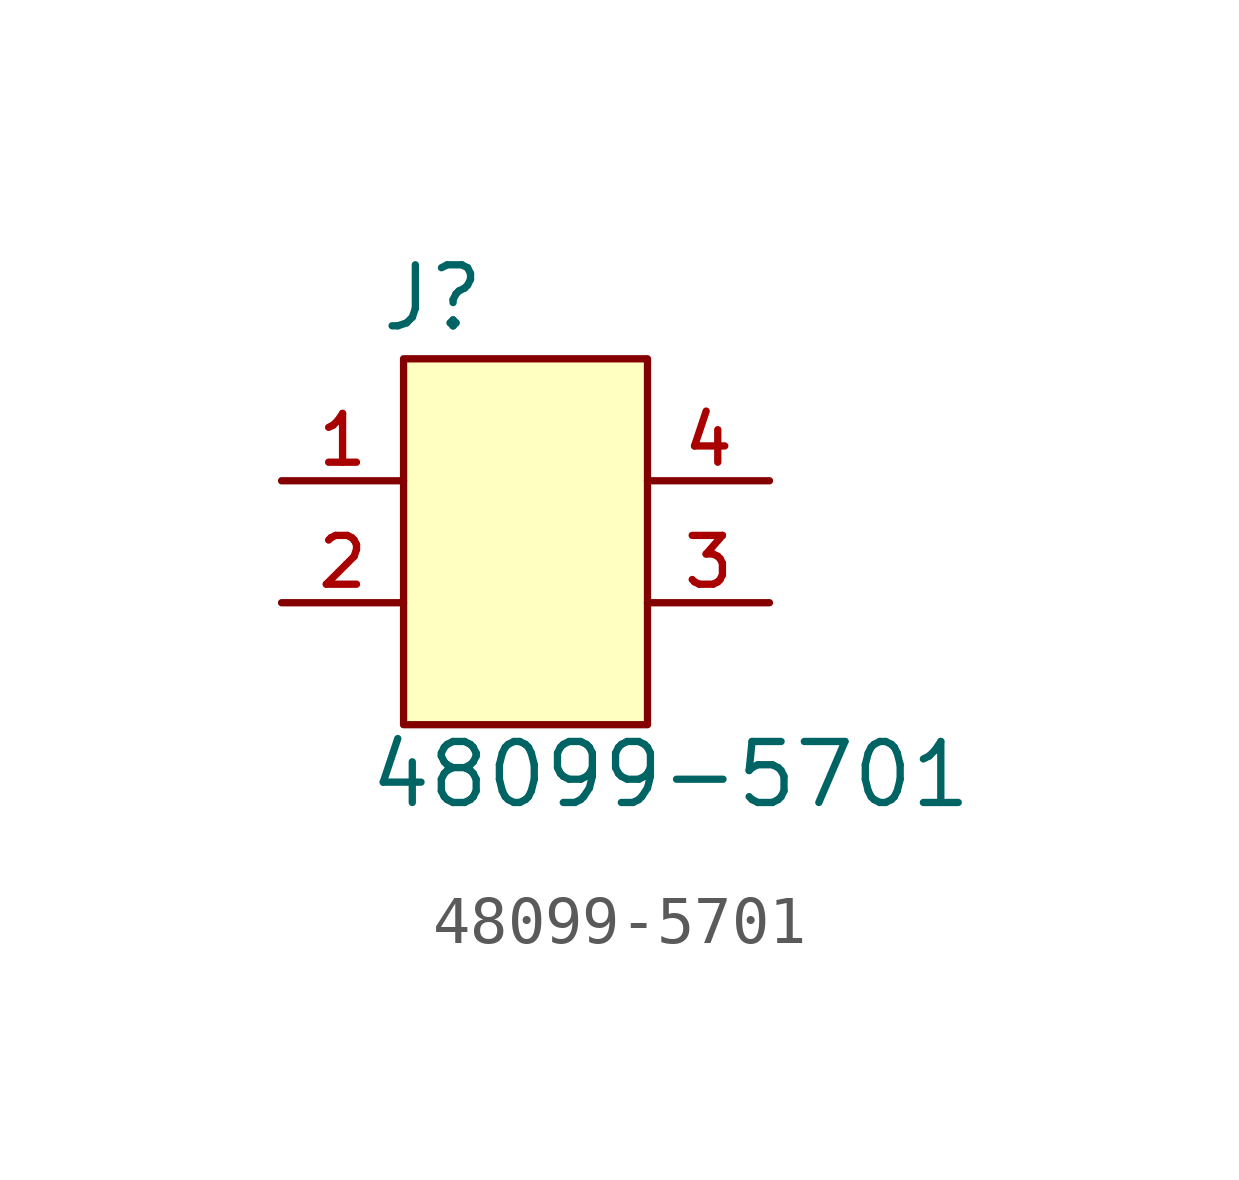
<source format=kicad_sym>
(kicad_symbol_lib
  (version 20211014)
  (generator kicad_symbol_editor)
  (symbol "48099-5701"
    (pin_names
      (offset 1.016))
    (property "Reference" "J"
      (at -3.06 4.334 0)
      (effects (font (size 1.27 1.27)) (justify bottom left)))
    (property "Value" "48099-5701"
      (at -3.305 -5.593 0)
      (effects (font (size 1.27 1.27)) (justify bottom left)))
    (symbol "48099-5701_0_0"
      (rectangle (start -2.54 -3.81) (end 2.54 3.81) (stroke (width 0.152)) (fill (type background)))
      (pin passive line (at -5.08 1.27 0) (length 2.54) (name "~" (effects (font (size 1.016 1.016)))) (number "1" (effects (font (size 1.016 1.016)))))
      (pin passive line (at -5.08 -1.27 0) (length 2.54) (name "~" (effects (font (size 1.016 1.016)))) (number "2" (effects (font (size 1.016 1.016)))))
      (pin passive line (at 5.08 -1.27 180.0) (length 2.54) (name "~" (effects (font (size 1.016 1.016)))) (number "3" (effects (font (size 1.016 1.016)))))
      (pin passive line (at 5.08 1.27 180.0) (length 2.54) (name "~" (effects (font (size 1.016 1.016)))) (number "4" (effects (font (size 1.016 1.016))))))))
</source>
